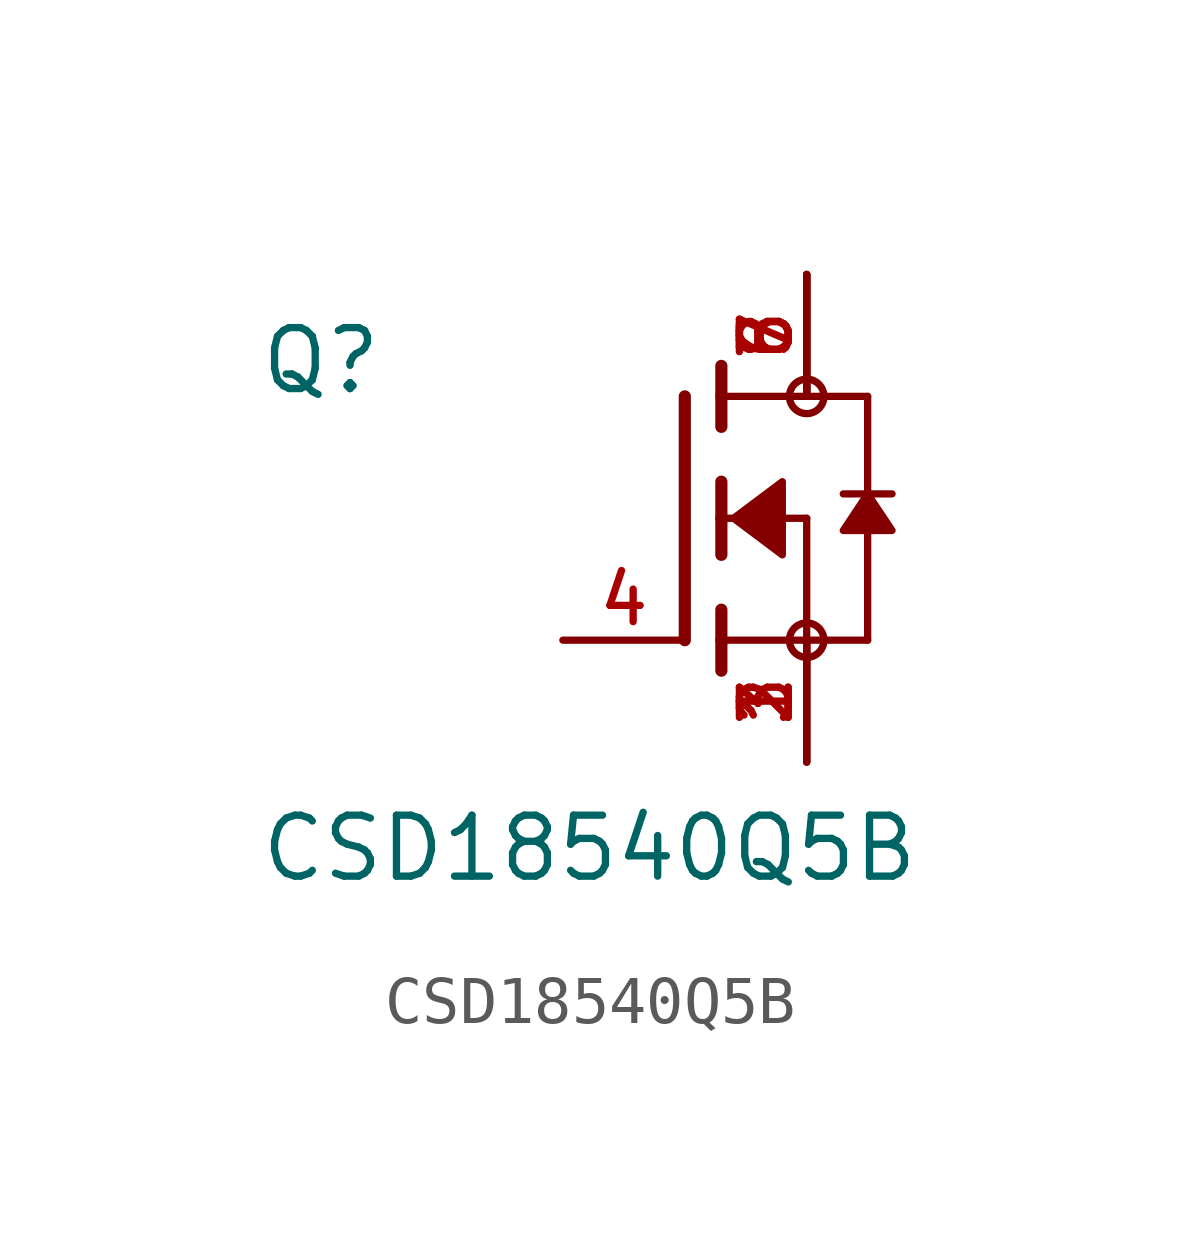
<source format=kicad_sym>
(kicad_symbol_lib
  (version 20211014)
  (generator kicad_symbol_editor)
  (symbol "CSD18540Q5B"
    (pin_names
      (offset 1.016))
    (property "Reference" "Q"
      (at -8.89 2.54 0)
      (effects (font (size 1.27 1.27)) (justify bottom left)))
    (property "Value" "CSD18540Q5B"
      (at -8.89 -7.62 0)
      (effects (font (size 1.27 1.27)) (justify bottom left)))
    (symbol "CSD18540Q5B_0_0"
      (polyline (pts (xy 0.762 0.762) (xy 0.762 0.0)) (stroke (width 0.254)))
      (polyline (pts (xy 0.762 0.0) (xy 0.762 -0.762)) (stroke (width 0.254)))
      (polyline (pts (xy 0.762 3.175) (xy 0.762 2.54)) (stroke (width 0.254)))
      (polyline (pts (xy 0.762 2.54) (xy 0.762 1.905)) (stroke (width 0.254)))
      (polyline (pts (xy 0.762 0.0) (xy 2.54 0.0)) (stroke (width 0.152)))
      (polyline (pts (xy 2.54 0.0) (xy 2.54 -2.54)) (stroke (width 0.152)))
      (polyline (pts (xy 0.762 -1.905) (xy 0.762 -2.54)) (stroke (width 0.254)))
      (polyline (pts (xy 0.762 -2.54) (xy 0.762 -3.175)) (stroke (width 0.254)))
      (polyline (pts (xy 0.0 2.54) (xy 0.0 -2.54)) (stroke (width 0.254)))
      (polyline (pts (xy 2.54 -2.54) (xy 0.762 -2.54)) (stroke (width 0.152)))
      (polyline (pts (xy 3.81 2.54) (xy 3.81 0.508)) (stroke (width 0.152)))
      (polyline (pts (xy 3.81 0.508) (xy 3.81 -2.54)) (stroke (width 0.152)))
      (polyline (pts (xy 2.54 -2.54) (xy 3.81 -2.54)) (stroke (width 0.152)))
      (polyline (pts (xy 0.762 2.54) (xy 3.81 2.54)) (stroke (width 0.152)))
      (polyline (pts (xy 4.318 0.508) (xy 3.81 0.508)) (stroke (width 0.152)))
      (polyline (pts (xy 3.81 0.508) (xy 3.302 0.508)) (stroke (width 0.152)))
      (circle (center 2.54 -2.54) (radius 0.359) (stroke (width 0.0)) (fill (type none)))
      (circle (center 2.54 2.54) (radius 0.359) (stroke (width 0.0)) (fill (type none)))
      (polyline (pts (xy 3.81 0.508) (xy 3.302 -0.254) (xy 4.318 -0.254) (xy 3.81 0.508)) (stroke (width 0.152)) (fill (type outline)))
      (polyline (pts (xy 1.016 0.0) (xy 2.032 0.762) (xy 2.032 -0.762) (xy 1.016 0.0)) (stroke (width 0.152)) (fill (type outline)))
      (pin passive line (at 2.54 -5.08 90.0) (length 2.54) (name "~" (effects (font (size 1.016 1.016)))) (number "1" (effects (font (size 1.016 1.016)))))
      (pin passive line (at 2.54 -5.08 90.0) (length 2.54) (name "~" (effects (font (size 1.016 1.016)))) (number "2" (effects (font (size 1.016 1.016)))))
      (pin passive line (at 2.54 -5.08 90.0) (length 2.54) (name "~" (effects (font (size 1.016 1.016)))) (number "3" (effects (font (size 1.016 1.016)))))
      (pin passive line (at -2.54 -2.54 0) (length 2.54) (name "~" (effects (font (size 1.016 1.016)))) (number "4" (effects (font (size 1.016 1.016)))))
      (pin passive line (at 2.54 5.08 270.0) (length 2.54) (name "~" (effects (font (size 1.016 1.016)))) (number "5" (effects (font (size 1.016 1.016)))))
      (pin passive line (at 2.54 5.08 270.0) (length 2.54) (name "~" (effects (font (size 1.016 1.016)))) (number "6" (effects (font (size 1.016 1.016)))))
      (pin passive line (at 2.54 5.08 270.0) (length 2.54) (name "~" (effects (font (size 1.016 1.016)))) (number "7" (effects (font (size 1.016 1.016)))))
      (pin passive line (at 2.54 5.08 270.0) (length 2.54) (name "~" (effects (font (size 1.016 1.016)))) (number "8" (effects (font (size 1.016 1.016))))))))
</source>
